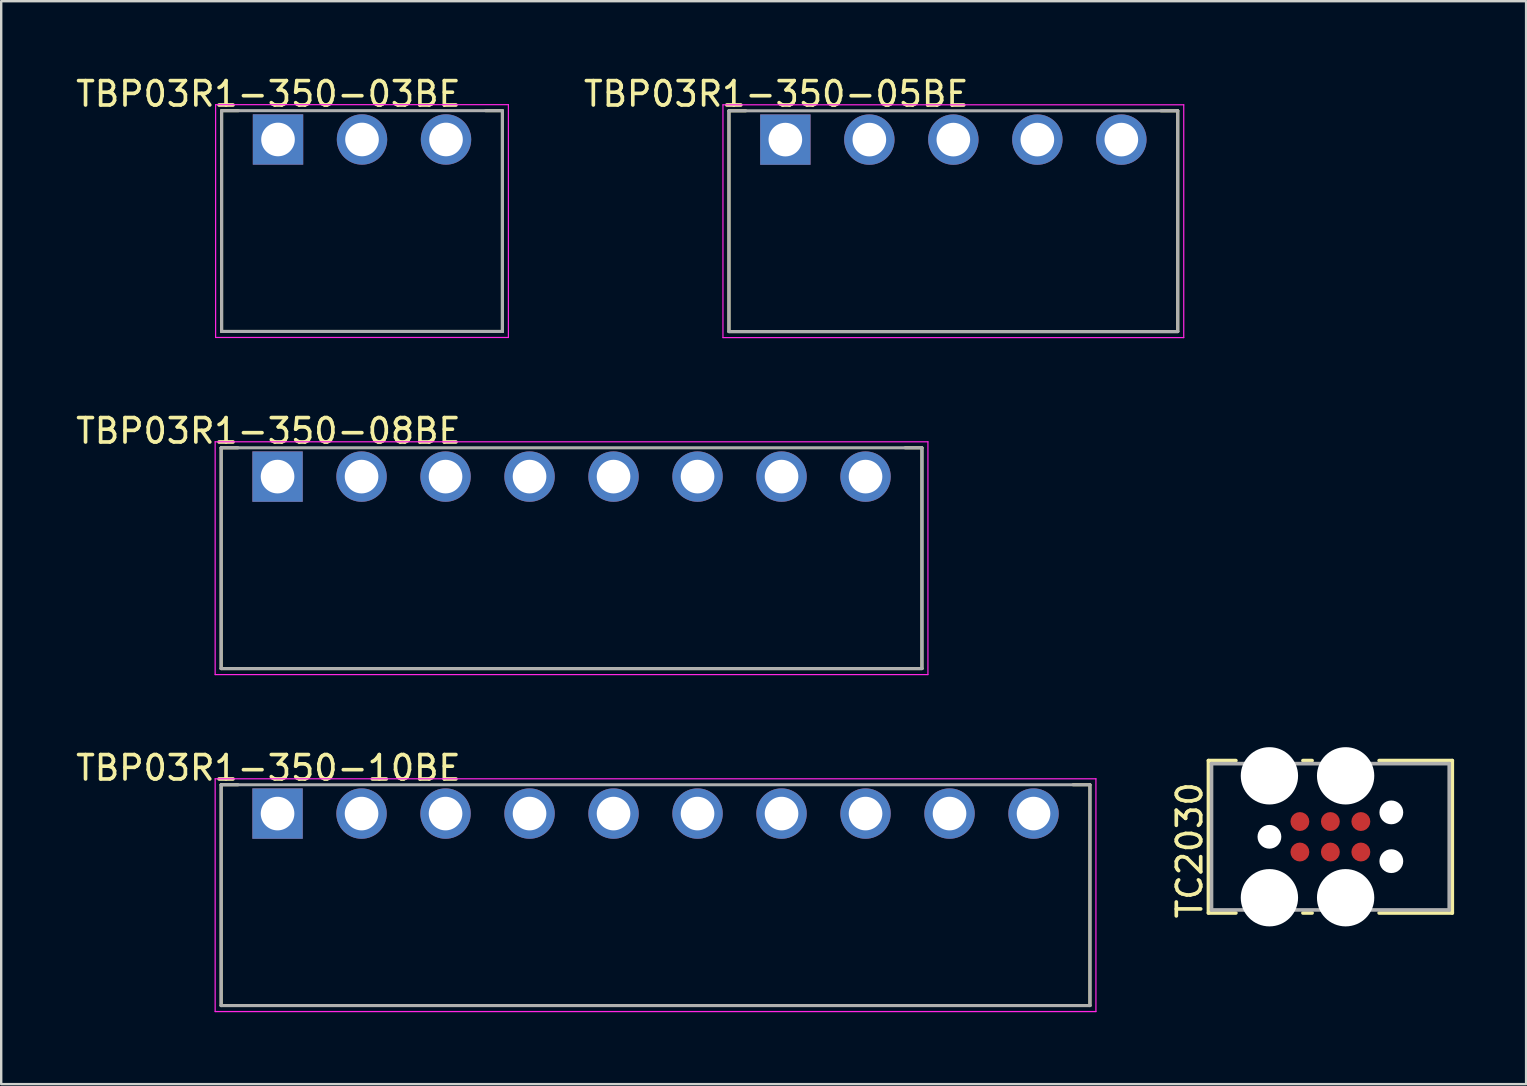
<source format=kicad_pcb>
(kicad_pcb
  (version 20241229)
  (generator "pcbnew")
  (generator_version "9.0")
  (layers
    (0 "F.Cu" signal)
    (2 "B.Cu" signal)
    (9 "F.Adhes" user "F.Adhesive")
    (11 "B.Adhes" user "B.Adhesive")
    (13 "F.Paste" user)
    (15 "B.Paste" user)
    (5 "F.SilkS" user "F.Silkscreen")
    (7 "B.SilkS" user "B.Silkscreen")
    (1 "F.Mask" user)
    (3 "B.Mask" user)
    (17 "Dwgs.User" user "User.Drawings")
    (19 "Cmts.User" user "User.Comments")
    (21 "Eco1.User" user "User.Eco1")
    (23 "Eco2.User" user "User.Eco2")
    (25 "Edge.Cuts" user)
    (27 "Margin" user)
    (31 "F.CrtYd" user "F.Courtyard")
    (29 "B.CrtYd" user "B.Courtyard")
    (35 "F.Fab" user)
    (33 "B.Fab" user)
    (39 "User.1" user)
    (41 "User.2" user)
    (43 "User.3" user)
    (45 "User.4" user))
  (footprint "TBP03R1-350-05BE"
    (layer "F.Cu")
    (at 36.674 2.767)
    (property "Reference" "TBP03R1-350-05BE" (at -7.381 -1.905 0) (layer "F.SilkS") (effects (font (size 1.016 1.016) (thickness 0.152))))
    (attr through_hole)
    (fp_line (start -9.35 -1.2) (end -9.35 8) (stroke (width 0.127) (type solid)) (layer "F.SilkS"))
    (fp_line (start -9.35 -1.2) (end -8.65 -1.2) (stroke (width 0.127) (type solid)) (layer "F.SilkS"))
    (fp_line (start -9.35 8) (end 9.35 8) (stroke (width 0.127) (type solid)) (layer "F.SilkS"))
    (fp_line (start 8.65 -1.2) (end 9.35 -1.2) (stroke (width 0.127) (type solid)) (layer "F.SilkS"))
    (fp_line (start 9.35 8) (end 9.35 -1.2) (stroke (width 0.127) (type solid)) (layer "F.SilkS"))
    (fp_line (start -9.6 -1.45) (end -9.6 8.25) (stroke (width 0.05) (type solid)) (layer "F.CrtYd"))
    (fp_line (start -9.6 8.25) (end 9.6 8.25) (stroke (width 0.05) (type solid)) (layer "F.CrtYd"))
    (fp_line (start 9.6 -1.45) (end -9.6 -1.45) (stroke (width 0.05) (type solid)) (layer "F.CrtYd"))
    (fp_line (start 9.6 8.25) (end 9.6 -1.45) (stroke (width 0.05) (type solid)) (layer "F.CrtYd"))
    (fp_line (start -9.35 -1.2) (end -9.35 8) (stroke (width 0.127) (type solid)) (layer "F.Fab"))
    (fp_line (start -9.35 8) (end 9.35 8) (stroke (width 0.127) (type solid)) (layer "F.Fab"))
    (fp_line (start 9.35 -1.2) (end -9.35 -1.2) (stroke (width 0.127) (type solid)) (layer "F.Fab"))
    (fp_line (start 9.35 8) (end 9.35 -1.2) (stroke (width 0.127) (type solid)) (layer "F.Fab"))
    (pad "1" thru_hole rect (at -7 0) (size 2.1 2.1) (drill 1.4) (layers "*.Cu" "*.Mask"))
    (pad "2" thru_hole circle (at -3.5 0) (size 2.1 2.1) (drill 1.4) (layers "*.Cu" "*.Mask"))
    (pad "3" thru_hole circle (at 0 0) (size 2.1 2.1) (drill 1.4) (layers "*.Cu" "*.Mask"))
    (pad "4" thru_hole circle (at 3.5 0) (size 2.1 2.1) (drill 1.4) (layers "*.Cu" "*.Mask"))
    (pad "5" thru_hole circle (at 7 0) (size 2.1 2.1) (drill 1.4) (layers "*.Cu" "*.Mask")))
  (footprint "TBP03R1-350-08BE"
    (layer "F.Cu")
    (at 8.515 16.809)
    (property "Reference" "TBP03R1-350-08BE" (at -0.381 -1.905 0) (layer "F.SilkS") (effects (font (size 1.016 1.016) (thickness 0.152))))
    (attr through_hole)
    (fp_line (start -2.35 -1.2) (end -2.35 8) (stroke (width 0.127) (type solid)) (layer "F.SilkS"))
    (fp_line (start -2.35 -1.2) (end -1.65 -1.2) (stroke (width 0.127) (type solid)) (layer "F.SilkS"))
    (fp_line (start -2.35 8) (end 26.85 8) (stroke (width 0.127) (type solid)) (layer "F.SilkS"))
    (fp_line (start 26.15 -1.2) (end 26.85 -1.2) (stroke (width 0.127) (type solid)) (layer "F.SilkS"))
    (fp_line (start 26.85 8) (end 26.85 -1.2) (stroke (width 0.127) (type solid)) (layer "F.SilkS"))
    (fp_line (start -2.6 -1.45) (end -2.6 8.25) (stroke (width 0.05) (type solid)) (layer "F.CrtYd"))
    (fp_line (start -2.6 8.25) (end 27.1 8.25) (stroke (width 0.05) (type solid)) (layer "F.CrtYd"))
    (fp_line (start 27.1 -1.45) (end -2.6 -1.45) (stroke (width 0.05) (type solid)) (layer "F.CrtYd"))
    (fp_line (start 27.1 8.25) (end 27.1 -1.45) (stroke (width 0.05) (type solid)) (layer "F.CrtYd"))
    (fp_line (start -2.35 -1.2) (end -2.35 8) (stroke (width 0.127) (type solid)) (layer "F.Fab"))
    (fp_line (start -2.35 8) (end 26.85 8) (stroke (width 0.127) (type solid)) (layer "F.Fab"))
    (fp_line (start 26.85 -1.2) (end -2.35 -1.2) (stroke (width 0.127) (type solid)) (layer "F.Fab"))
    (fp_line (start 26.85 8) (end 26.85 -1.2) (stroke (width 0.127) (type solid)) (layer "F.Fab"))
    (pad "1" thru_hole rect (at 0 0) (size 2.1 2.1) (drill 1.4) (layers "*.Cu" "*.Mask"))
    (pad "2" thru_hole circle (at 3.5 0) (size 2.1 2.1) (drill 1.4) (layers "*.Cu" "*.Mask"))
    (pad "3" thru_hole circle (at 7 0) (size 2.1 2.1) (drill 1.4) (layers "*.Cu" "*.Mask"))
    (pad "4" thru_hole circle (at 10.5 0) (size 2.1 2.1) (drill 1.4) (layers "*.Cu" "*.Mask"))
    (pad "5" thru_hole circle (at 14 0) (size 2.1 2.1) (drill 1.4) (layers "*.Cu" "*.Mask"))
    (pad "6" thru_hole circle (at 17.5 0) (size 2.1 2.1) (drill 1.4) (layers "*.Cu" "*.Mask"))
    (pad "7" thru_hole circle (at 21 0) (size 2.1 2.1) (drill 1.4) (layers "*.Cu" "*.Mask"))
    (pad "8" thru_hole circle (at 24.5 0) (size 2.1 2.1) (drill 1.4) (layers "*.Cu" "*.Mask")))
  (footprint "TBP03R1-350-10BE"
    (layer "F.Cu")
    (at 8.515 30.85)
    (property "Reference" "TBP03R1-350-10BE" (at -0.381 -1.905 0) (layer "F.SilkS") (effects (font (size 1.016 1.016) (thickness 0.152))))
    (attr through_hole)
    (fp_line (start -2.35 -1.2) (end -2.35 8) (stroke (width 0.127) (type solid)) (layer "F.SilkS"))
    (fp_line (start -2.35 -1.2) (end -1.65 -1.2) (stroke (width 0.127) (type solid)) (layer "F.SilkS"))
    (fp_line (start -2.35 8) (end 33.85 8) (stroke (width 0.127) (type solid)) (layer "F.SilkS"))
    (fp_line (start 33.15 -1.2) (end 33.85 -1.2) (stroke (width 0.127) (type solid)) (layer "F.SilkS"))
    (fp_line (start 33.85 8) (end 33.85 -1.2) (stroke (width 0.127) (type solid)) (layer "F.SilkS"))
    (fp_line (start -2.6 -1.45) (end -2.6 8.25) (stroke (width 0.05) (type solid)) (layer "F.CrtYd"))
    (fp_line (start -2.6 8.25) (end 34.1 8.25) (stroke (width 0.05) (type solid)) (layer "F.CrtYd"))
    (fp_line (start 34.1 -1.45) (end -2.6 -1.45) (stroke (width 0.05) (type solid)) (layer "F.CrtYd"))
    (fp_line (start 34.1 8.25) (end 34.1 -1.45) (stroke (width 0.05) (type solid)) (layer "F.CrtYd"))
    (fp_line (start -2.35 -1.2) (end -2.35 8) (stroke (width 0.127) (type solid)) (layer "F.Fab"))
    (fp_line (start -2.35 8) (end 33.85 8) (stroke (width 0.127) (type solid)) (layer "F.Fab"))
    (fp_line (start 33.85 -1.2) (end -2.35 -1.2) (stroke (width 0.127) (type solid)) (layer "F.Fab"))
    (fp_line (start 33.85 8) (end 33.85 -1.2) (stroke (width 0.127) (type solid)) (layer "F.Fab"))
    (pad "1" thru_hole rect (at 0 0) (size 2.1 2.1) (drill 1.4) (layers "*.Cu" "*.Mask"))
    (pad "2" thru_hole circle (at 3.5 0) (size 2.1 2.1) (drill 1.4) (layers "*.Cu" "*.Mask"))
    (pad "3" thru_hole circle (at 7 0) (size 2.1 2.1) (drill 1.4) (layers "*.Cu" "*.Mask"))
    (pad "4" thru_hole circle (at 10.5 0) (size 2.1 2.1) (drill 1.4) (layers "*.Cu" "*.Mask"))
    (pad "5" thru_hole circle (at 14 0) (size 2.1 2.1) (drill 1.4) (layers "*.Cu" "*.Mask"))
    (pad "6" thru_hole circle (at 17.5 0) (size 2.1 2.1) (drill 1.4) (layers "*.Cu" "*.Mask"))
    (pad "7" thru_hole circle (at 21 0) (size 2.1 2.1) (drill 1.4) (layers "*.Cu" "*.Mask"))
    (pad "8" thru_hole circle (at 24.5 0) (size 2.1 2.1) (drill 1.4) (layers "*.Cu" "*.Mask"))
    (pad "9" thru_hole circle (at 28 0) (size 2.1 2.1) (drill 1.4) (layers "*.Cu" "*.Mask"))
    (pad "10" thru_hole circle (at 31.5 0) (size 2.1 2.1) (drill 1.4) (layers "*.Cu" "*.Mask")))
  (footprint "TC2030"
    (layer "F.Cu")
    (at 52.384 31.817)
    (property "Reference" "TC2030" (at -5.271 3.493 90) (layer "F.SilkS") (effects (font (size 1.016 1.016) (thickness 0.152)) (justify left bottom)))
    (attr exclude_from_bom)
    (fp_line (start -5.08 -3.175) (end -5.08 3.175) (stroke (width 0.152) (type solid)) (layer "F.SilkS"))
    (fp_line (start -5.08 3.175) (end -3.937 3.175) (stroke (width 0.152) (type solid)) (layer "F.SilkS"))
    (fp_line (start -3.937 -3.175) (end -5.08 -3.175) (stroke (width 0.152) (type solid)) (layer "F.SilkS"))
    (fp_line (start -1.143 3.175) (end -0.762 3.175) (stroke (width 0.152) (type solid)) (layer "F.SilkS"))
    (fp_line (start -0.762 -3.175) (end -1.143 -3.175) (stroke (width 0.152) (type solid)) (layer "F.SilkS"))
    (fp_line (start 2.032 3.175) (end 5.08 3.175) (stroke (width 0.152) (type solid)) (layer "F.SilkS"))
    (fp_line (start 5.08 -3.175) (end 2.032 -3.175) (stroke (width 0.152) (type solid)) (layer "F.SilkS"))
    (fp_line (start 5.08 3.175) (end 5.08 -3.175) (stroke (width 0.152) (type solid)) (layer "F.SilkS"))
    (fp_line (start -4.953 -3.048) (end -4.953 3.048) (stroke (width 0.152) (type solid)) (layer "F.Fab"))
    (fp_line (start -4.953 3.048) (end 4.953 3.048) (stroke (width 0.152) (type solid)) (layer "F.Fab"))
    (fp_line (start 4.953 -3.048) (end -4.953 -3.048) (stroke (width 0.152) (type solid)) (layer "F.Fab"))
    (fp_line (start 4.953 3.048) (end 4.953 -3.048) (stroke (width 0.152) (type solid)) (layer "F.Fab"))
    (pad "" np_thru_hole circle (at -2.54 -2.54) (size 2.388 2.388) (drill 2.388) (layers "*.Cu" "*.Mask"))
    (pad "" np_thru_hole circle (at -2.54 0) (size 0.991 0.991) (drill 0.991) (layers "*.Cu" "*.Mask"))
    (pad "" np_thru_hole circle (at -2.54 2.54) (size 2.388 2.388) (drill 2.388) (layers "*.Cu" "*.Mask"))
    (pad "" np_thru_hole circle (at 0.635 -2.54) (size 2.388 2.388) (drill 2.388) (layers "*.Cu" "*.Mask"))
    (pad "" np_thru_hole circle (at 0.635 2.54) (size 2.388 2.388) (drill 2.388) (layers "*.Cu" "*.Mask"))
    (pad "" np_thru_hole circle (at 2.54 -1.016) (size 0.991 0.991) (drill 0.991) (layers "*.Cu" "*.Mask"))
    (pad "" np_thru_hole circle (at 2.54 1.016) (size 0.991 0.991) (drill 0.991) (layers "*.Cu" "*.Mask"))
    (pad "1" smd roundrect (at -1.27 0.635) (size 0.787 0.787) (layers "F.Cu" "F.Mask") (roundrect_rratio 0.5))
    (pad "2" smd roundrect (at -1.27 -0.635) (size 0.787 0.787) (layers "F.Cu" "F.Mask") (roundrect_rratio 0.5))
    (pad "3" smd roundrect (at 0 0.635) (size 0.787 0.787) (layers "F.Cu" "F.Mask") (roundrect_rratio 0.5))
    (pad "4" smd roundrect (at 0 -0.635) (size 0.787 0.787) (layers "F.Cu" "F.Mask") (roundrect_rratio 0.5))
    (pad "5" smd roundrect (at 1.27 0.635) (size 0.787 0.787) (layers "F.Cu" "F.Mask") (roundrect_rratio 0.5))
    (pad "6" smd roundrect (at 1.27 -0.635) (size 0.787 0.787) (layers "F.Cu" "F.Mask") (roundrect_rratio 0.5)))
  (footprint "TBP03R1-350-03BE"
    (layer "F.Cu")
    (at 8.534 2.762)
    (property "Reference" "TBP03R1-350-03BE" (at -0.4 -1.9 0) (layer "F.SilkS") (effects (font (size 1.016 1.016) (thickness 0.152))))
    (attr through_hole)
    (fp_line (start -2.35 -1.2) (end -2.35 8) (stroke (width 0.127) (type solid)) (layer "F.SilkS"))
    (fp_line (start -2.35 -1.2) (end -1.65 -1.2) (stroke (width 0.127) (type solid)) (layer "F.SilkS"))
    (fp_line (start -2.35 8) (end 9.35 8) (stroke (width 0.127) (type solid)) (layer "F.SilkS"))
    (fp_line (start 8.65 -1.2) (end 9.35 -1.2) (stroke (width 0.127) (type solid)) (layer "F.SilkS"))
    (fp_line (start 9.35 8) (end 9.35 -1.2) (stroke (width 0.127) (type solid)) (layer "F.SilkS"))
    (fp_line (start -2.6 -1.45) (end -2.6 8.25) (stroke (width 0.05) (type solid)) (layer "F.CrtYd"))
    (fp_line (start -2.6 8.25) (end 9.6 8.25) (stroke (width 0.05) (type solid)) (layer "F.CrtYd"))
    (fp_line (start 9.6 -1.45) (end -2.6 -1.45) (stroke (width 0.05) (type solid)) (layer "F.CrtYd"))
    (fp_line (start 9.6 8.25) (end 9.6 -1.45) (stroke (width 0.05) (type solid)) (layer "F.CrtYd"))
    (fp_line (start -2.35 -1.2) (end -2.35 8) (stroke (width 0.127) (type solid)) (layer "F.Fab"))
    (fp_line (start -2.35 8) (end 9.35 8) (stroke (width 0.127) (type solid)) (layer "F.Fab"))
    (fp_line (start 9.35 -1.2) (end -2.35 -1.2) (stroke (width 0.127) (type solid)) (layer "F.Fab"))
    (fp_line (start 9.35 8) (end 9.35 -1.2) (stroke (width 0.127) (type solid)) (layer "F.Fab"))
    (pad "1" thru_hole rect (at 0 0) (size 2.1 2.1) (drill 1.4) (layers "*.Cu" "*.Mask"))
    (pad "2" thru_hole circle (at 3.5 0) (size 2.1 2.1) (drill 1.4) (layers "*.Cu" "*.Mask"))
    (pad "3" thru_hole circle (at 7 0) (size 2.1 2.1) (drill 1.4) (layers "*.Cu" "*.Mask")))
  (gr_rect
    (start -3 -3)
    (end 60.54 42.125)
    (stroke (width 0.1) (type default))
    (fill no)
    (layer "Edge.Cuts")))
</source>
